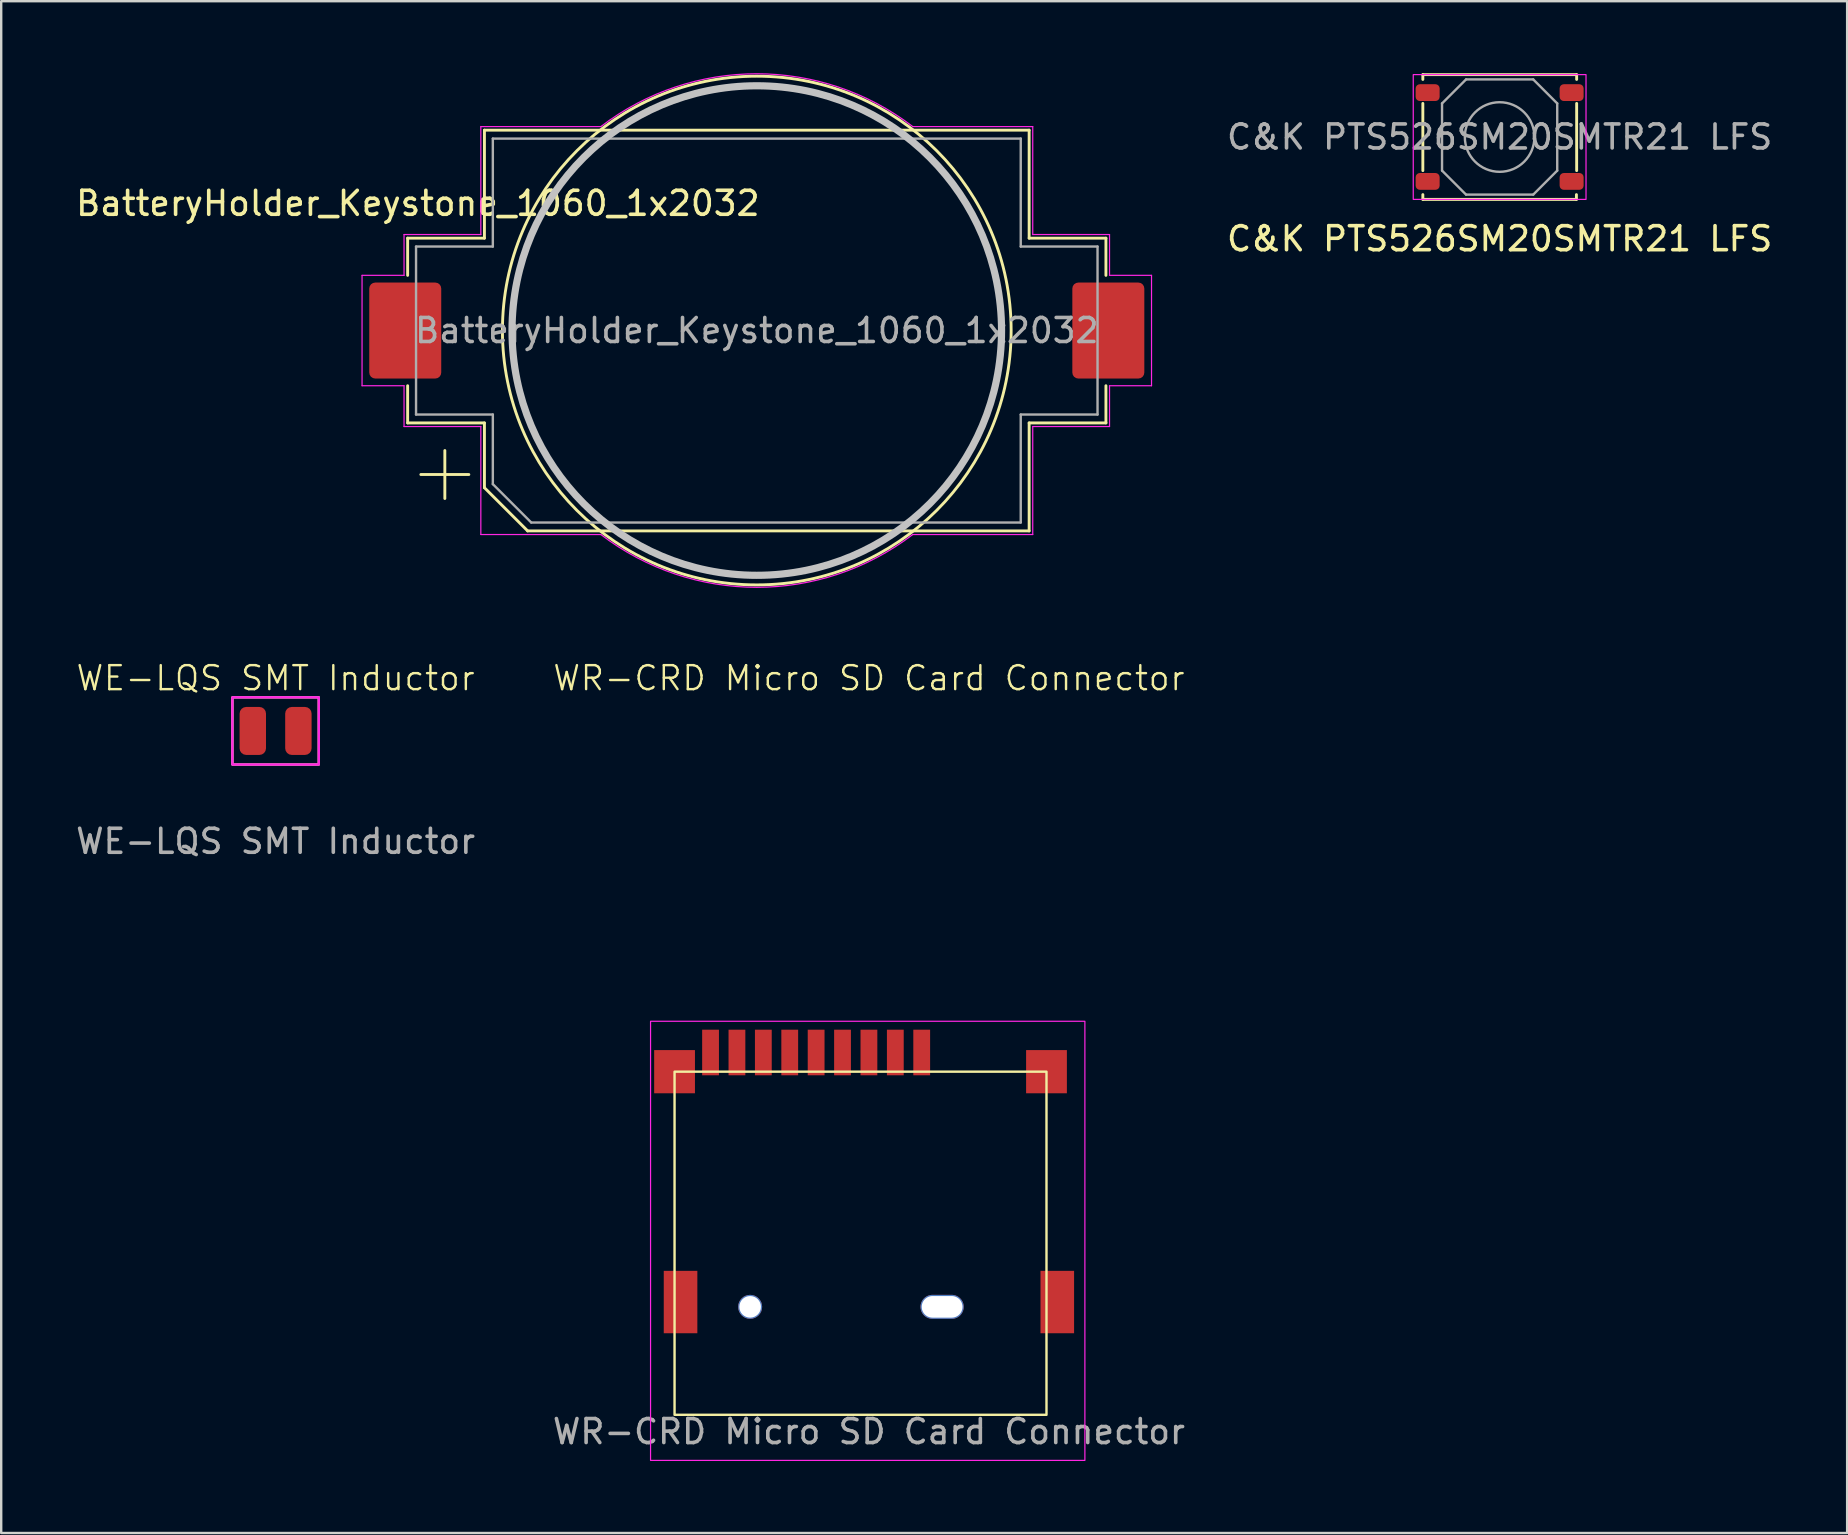
<source format=kicad_pcb>
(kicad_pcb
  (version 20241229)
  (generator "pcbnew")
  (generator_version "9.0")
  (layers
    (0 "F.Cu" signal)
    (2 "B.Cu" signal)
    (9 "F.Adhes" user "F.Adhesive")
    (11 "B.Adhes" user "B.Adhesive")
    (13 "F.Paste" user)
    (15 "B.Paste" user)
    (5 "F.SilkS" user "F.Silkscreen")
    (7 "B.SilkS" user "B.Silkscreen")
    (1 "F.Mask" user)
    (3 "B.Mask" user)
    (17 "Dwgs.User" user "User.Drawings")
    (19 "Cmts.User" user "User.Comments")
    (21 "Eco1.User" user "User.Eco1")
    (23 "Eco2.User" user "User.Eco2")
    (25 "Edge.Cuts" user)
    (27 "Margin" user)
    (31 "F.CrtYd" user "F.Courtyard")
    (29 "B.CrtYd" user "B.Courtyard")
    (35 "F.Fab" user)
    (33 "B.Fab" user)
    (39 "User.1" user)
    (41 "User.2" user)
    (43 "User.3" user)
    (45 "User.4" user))
  (footprint "WE-LQS SMT Inductor"
    (layer "F.Cu")
    (at 8.435 27.411)
    (property "Reference" "WE-LQS SMT Inductor" (at 0 -2.2 0) (unlocked yes) (layer "F.SilkS") (effects (font (size 1 1) (thickness 0.1))))
    (attr smd)
    (fp_rect (start -1.8 -1.4) (end 1.8 1.4) (stroke (width 0.1) (type default)) (fill no) (layer "F.SilkS"))
    (fp_rect (start -1.8 -1.4) (end 1.8 1.4) (stroke (width 0.1) (type default)) (fill no) (layer "F.CrtYd"))
    (fp_text user "${REFERENCE}" (at 0 4.6 0) (unlocked yes) (layer "F.Fab") (effects (font (size 1 1) (thickness 0.15))))
    (pad "1" smd roundrect (at -0.95 0) (size 1.1 2) (layers "F.Cu" "F.Mask" "F.Paste") (roundrect_rratio 0.25))
    (pad "2" smd roundrect (at 0.95 0) (size 1.1 2) (layers "F.Cu" "F.Mask" "F.Paste") (roundrect_rratio 0.25)))
  (footprint "BatteryHolder_Keystone_1060_1x2032"
    (layer "F.Cu")
    (at 28.488 10.725)
    (property "Reference" "BatteryHolder_Keystone_1060_1x2032" (at -14.125 -5.3 0) (layer "F.SilkS") (effects (font (size 1 1) (thickness 0.15))))
    (attr smd)
    (fp_line (start -14.55 -3.85) (end -14.55 -2.3) (stroke (width 0.12) (type solid)) (layer "F.SilkS"))
    (fp_line (start -14.55 3.85) (end -14.55 2.3) (stroke (width 0.12) (type solid)) (layer "F.SilkS"))
    (fp_line (start -13 5) (end -13 7) (stroke (width 0.12) (type solid)) (layer "F.SilkS"))
    (fp_line (start -12 6) (end -14 6) (stroke (width 0.12) (type solid)) (layer "F.SilkS"))
    (fp_line (start -11.35 -8.35) (end -11.35 -3.85) (stroke (width 0.12) (type solid)) (layer "F.SilkS"))
    (fp_line (start -11.35 -8.35) (end 11.35 -8.35) (stroke (width 0.12) (type solid)) (layer "F.SilkS"))
    (fp_line (start -11.35 -3.85) (end -14.55 -3.85) (stroke (width 0.12) (type solid)) (layer "F.SilkS"))
    (fp_line (start -11.35 3.85) (end -14.55 3.85) (stroke (width 0.12) (type solid)) (layer "F.SilkS"))
    (fp_line (start -11.35 6.55) (end -11.35 3.85) (stroke (width 0.12) (type solid)) (layer "F.SilkS"))
    (fp_line (start -9.55 8.35) (end -11.35 6.55) (stroke (width 0.12) (type solid)) (layer "F.SilkS"))
    (fp_line (start 11.35 -8.35) (end 11.35 -3.85) (stroke (width 0.12) (type solid)) (layer "F.SilkS"))
    (fp_line (start 11.35 -3.85) (end 14.55 -3.85) (stroke (width 0.12) (type solid)) (layer "F.SilkS"))
    (fp_line (start 11.35 3.85) (end 14.55 3.85) (stroke (width 0.12) (type solid)) (layer "F.SilkS"))
    (fp_line (start 11.35 8.35) (end -9.55 8.35) (stroke (width 0.12) (type solid)) (layer "F.SilkS"))
    (fp_line (start 11.35 8.35) (end 11.35 3.85) (stroke (width 0.12) (type solid)) (layer "F.SilkS"))
    (fp_line (start 14.55 -3.85) (end 14.55 -2.3) (stroke (width 0.12) (type solid)) (layer "F.SilkS"))
    (fp_line (start 14.55 3.85) (end 14.55 2.3) (stroke (width 0.12) (type solid)) (layer "F.SilkS"))
    (fp_circle (center 0 0) (end 10.6 0) (stroke (width 0.12) (type default)) (fill no) (layer "F.SilkS"))
    (fp_circle (center 0 0) (end -10.2 0) (stroke (width 0.3) (type solid)) (fill no) (layer "Dwgs.User"))
    (fp_line (start -16.45 2.3) (end -16.45 -2.3) (stroke (width 0.05) (type solid)) (layer "F.CrtYd"))
    (fp_line (start -14.7 -4) (end -11.5 -4) (stroke (width 0.05) (type solid)) (layer "F.CrtYd"))
    (fp_line (start -14.7 -2.3) (end -16.45 -2.3) (stroke (width 0.05) (type solid)) (layer "F.CrtYd"))
    (fp_line (start -14.7 -2.3) (end -14.7 -4) (stroke (width 0.05) (type solid)) (layer "F.CrtYd"))
    (fp_line (start -14.7 2.3) (end -16.45 2.3) (stroke (width 0.05) (type solid)) (layer "F.CrtYd"))
    (fp_line (start -14.7 4) (end -14.7 2.3) (stroke (width 0.05) (type solid)) (layer "F.CrtYd"))
    (fp_line (start -14.7 4) (end -11.5 4) (stroke (width 0.05) (type solid)) (layer "F.CrtYd"))
    (fp_line (start -11.5 -8.5) (end -6.5 -8.5) (stroke (width 0.05) (type solid)) (layer "F.CrtYd"))
    (fp_line (start -11.5 -4) (end -11.5 -8.5) (stroke (width 0.05) (type solid)) (layer "F.CrtYd"))
    (fp_line (start -11.5 4) (end -11.5 8.5) (stroke (width 0.05) (type solid)) (layer "F.CrtYd"))
    (fp_line (start -6.5 8.5) (end -11.5 8.5) (stroke (width 0.05) (type solid)) (layer "F.CrtYd"))
    (fp_line (start 11.5 -8.5) (end 6.5 -8.5) (stroke (width 0.05) (type solid)) (layer "F.CrtYd"))
    (fp_line (start 11.5 -8.5) (end 11.5 -4) (stroke (width 0.05) (type solid)) (layer "F.CrtYd"))
    (fp_line (start 11.5 -4) (end 14.7 -4) (stroke (width 0.05) (type solid)) (layer "F.CrtYd"))
    (fp_line (start 11.5 4) (end 11.5 8.5) (stroke (width 0.05) (type solid)) (layer "F.CrtYd"))
    (fp_line (start 11.5 8.5) (end 6.5 8.5) (stroke (width 0.05) (type solid)) (layer "F.CrtYd"))
    (fp_line (start 14.7 -4) (end 14.7 -2.3) (stroke (width 0.05) (type solid)) (layer "F.CrtYd"))
    (fp_line (start 14.7 -2.3) (end 16.45 -2.3) (stroke (width 0.05) (type solid)) (layer "F.CrtYd"))
    (fp_line (start 14.7 2.3) (end 14.7 4) (stroke (width 0.05) (type solid)) (layer "F.CrtYd"))
    (fp_line (start 14.7 4) (end 11.5 4) (stroke (width 0.05) (type solid)) (layer "F.CrtYd"))
    (fp_line (start 16.45 -2.3) (end 16.45 2.3) (stroke (width 0.05) (type solid)) (layer "F.CrtYd"))
    (fp_line (start 16.45 2.3) (end 14.7 2.3) (stroke (width 0.05) (type solid)) (layer "F.CrtYd"))
    (fp_arc (start -6.499999 -8.5) (mid 0 -10.700467) (end 6.5 -8.5) (stroke (width 0.05) (type solid)) (layer "F.CrtYd"))
    (fp_arc (start 6.499999 8.5) (mid 0 10.700467) (end -6.5 8.5) (stroke (width 0.05) (type solid)) (layer "F.CrtYd"))
    (fp_line (start -14.2 -3.5) (end -11 -3.5) (stroke (width 0.1) (type solid)) (layer "F.Fab"))
    (fp_line (start -14.2 3.5) (end -14.2 -3.5) (stroke (width 0.1) (type solid)) (layer "F.Fab"))
    (fp_line (start -11 -8) (end -11 -3.5) (stroke (width 0.1) (type solid)) (layer "F.Fab"))
    (fp_line (start -11 3.5) (end -14.2 3.5) (stroke (width 0.1) (type solid)) (layer "F.Fab"))
    (fp_line (start -11 6.4) (end -11 3.5) (stroke (width 0.1) (type solid)) (layer "F.Fab"))
    (fp_line (start -9.4 8) (end -11 6.4) (stroke (width 0.1) (type solid)) (layer "F.Fab"))
    (fp_line (start 11 -8) (end -11 -8) (stroke (width 0.1) (type solid)) (layer "F.Fab"))
    (fp_line (start 11 -8) (end 11 -3.5) (stroke (width 0.1) (type solid)) (layer "F.Fab"))
    (fp_line (start 11 3.5) (end 14.2 3.5) (stroke (width 0.1) (type solid)) (layer "F.Fab"))
    (fp_line (start 11 8) (end -9.4 8) (stroke (width 0.1) (type solid)) (layer "F.Fab"))
    (fp_line (start 11 8) (end 11 3.5) (stroke (width 0.1) (type solid)) (layer "F.Fab"))
    (fp_line (start 14.2 -3.5) (end 11 -3.5) (stroke (width 0.1) (type solid)) (layer "F.Fab"))
    (fp_line (start 14.2 3.5) (end 14.2 -3.5) (stroke (width 0.1) (type solid)) (layer "F.Fab"))
    (fp_text user "${REFERENCE}" (at 0 0 0) (layer "F.Fab") (effects (font (size 1 1) (thickness 0.15))))
    (pad "1" smd roundrect (at -14.65 0 180) (size 3 4) (layers "F.Cu" "F.Mask" "F.Paste") (roundrect_rratio 0.083))
    (pad "2" smd roundrect (at 14.65 0 180) (size 3 4) (layers "F.Cu" "F.Mask" "F.Paste") (roundrect_rratio 0.083)))
  (footprint "C&K PTS526SM20SMTR21 LFS"
    (layer "F.Cu")
    (at 59.445 2.66)
    (property "Reference" "C&K PTS526SM20SMTR21 LFS" (at 0 4.24 0) (layer "F.SilkS") (effects (font (size 1 1) (thickness 0.15))))
    (attr smd)
    (fp_line (start -3.2 -2.6) (end -3.2 -2.4) (stroke (width 0.12) (type solid)) (layer "F.SilkS"))
    (fp_line (start -3.2 -1.4) (end -3.2 1.4) (stroke (width 0.12) (type solid)) (layer "F.SilkS"))
    (fp_line (start -3.2 2.4) (end -3.2 2.6) (stroke (width 0.12) (type solid)) (layer "F.SilkS"))
    (fp_line (start -3.2 2.6) (end 3.2 2.6) (stroke (width 0.12) (type solid)) (layer "F.SilkS"))
    (fp_line (start 3.2 -2.6) (end -3.2 -2.6) (stroke (width 0.12) (type default)) (layer "F.SilkS"))
    (fp_line (start 3.2 2.6) (end 3.2 2.4) (stroke (width 0.12) (type solid)) (layer "F.SilkS"))
    (fp_line (start 3.21 -2.4) (end 3.21 -2.6) (stroke (width 0.12) (type solid)) (layer "F.SilkS"))
    (fp_line (start 3.21 1.4) (end 3.21 -1.4) (stroke (width 0.12) (type solid)) (layer "F.SilkS"))
    (fp_rect (start -3.6 -2.6) (end 3.6 2.6) (stroke (width 0.05) (type default)) (fill no) (layer "F.CrtYd"))
    (fp_line (start -2.4 -1.4) (end -1.4 -2.4) (stroke (width 0.1) (type default)) (layer "F.Fab"))
    (fp_line (start -2.4 1.4) (end -2.4 -1.4) (stroke (width 0.1) (type default)) (layer "F.Fab"))
    (fp_line (start -1.4 -2.4) (end 1.4 -2.4) (stroke (width 0.1) (type default)) (layer "F.Fab"))
    (fp_line (start -1.4 2.4) (end -2.4 1.4) (stroke (width 0.1) (type default)) (layer "F.Fab"))
    (fp_line (start 1.4 -2.4) (end 2.4 -1.4) (stroke (width 0.1) (type default)) (layer "F.Fab"))
    (fp_line (start 1.4 2.4) (end -1.4 2.4) (stroke (width 0.1) (type default)) (layer "F.Fab"))
    (fp_line (start 2.4 -1.4) (end 2.4 1.4) (stroke (width 0.1) (type default)) (layer "F.Fab"))
    (fp_line (start 2.4 1.4) (end 1.4 2.4) (stroke (width 0.1) (type default)) (layer "F.Fab"))
    (fp_circle (center 0 0) (end 1.45 0) (stroke (width 0.1) (type solid)) (fill no) (layer "F.Fab"))
    (fp_text user "${REFERENCE}" (at 0 0 0) (layer "F.Fab") (effects (font (size 1 1) (thickness 0.15))))
    (pad "1" smd roundrect (at -3 -1.85) (size 1 0.7) (layers "F.Cu" "F.Mask" "F.Paste") (roundrect_rratio 0.25))
    (pad "1" smd roundrect (at 3 -1.85) (size 1 0.7) (layers "F.Cu" "F.Mask" "F.Paste") (roundrect_rratio 0.25))
    (pad "2" smd roundrect (at -3 1.85) (size 1 0.7) (layers "F.Cu" "F.Mask" "F.Paste") (roundrect_rratio 0.25))
    (pad "2" smd roundrect (at 3 1.85) (size 1 0.7) (layers "F.Cu" "F.Mask" "F.Paste") (roundrect_rratio 0.25)))
  (footprint "WR-CRD Micro SD Card Connector"
    (layer "F.Cu")
    (at 33.161 46.611)
    (property "Reference" "WR-CRD Micro SD Card Connector" (at 0 -21.4 0) (unlocked yes) (layer "F.SilkS") (effects (font (size 1 1) (thickness 0.1))))
    (attr smd)
    (fp_rect (start -8.1 -5) (end 7.4 9.3) (stroke (width 0.1) (type default)) (fill no) (layer "F.SilkS"))
    (fp_rect (start -9.1 -7.1) (end 9 11.2) (stroke (width 0.05) (type default)) (fill no) (layer "F.CrtYd"))
    (fp_text user "${REFERENCE}" (at 0 10 0) (unlocked yes) (layer "F.Fab") (effects (font (size 1 1) (thickness 0.15))))
    (pad "" np_thru_hole circle (at -4.95 4.8) (size 1 1) (drill 0.9) (layers "*.Cu" "*.Mask"))
    (pad "" np_thru_hole oval (at 3.05 4.8 270) (size 1 1.8) (drill oval 0.9 1.7) (layers "*.Cu" "*.Mask"))
    (pad "1" smd rect (at 2.2 -5.8) (size 0.7 1.9) (layers "F.Cu" "F.Mask" "F.Paste"))
    (pad "2" smd rect (at 1.1 -5.8) (size 0.7 1.9) (layers "F.Cu" "F.Mask" "F.Paste"))
    (pad "3" smd rect (at 0 -5.8) (size 0.7 1.9) (layers "F.Cu" "F.Mask" "F.Paste"))
    (pad "4" smd rect (at -1.1 -5.8) (size 0.7 1.9) (layers "F.Cu" "F.Mask" "F.Paste"))
    (pad "5" smd rect (at -2.2 -5.8) (size 0.7 1.9) (layers "F.Cu" "F.Mask" "F.Paste"))
    (pad "6" smd rect (at -3.3 -5.8) (size 0.7 1.9) (layers "F.Cu" "F.Mask" "F.Paste"))
    (pad "7" smd rect (at -4.4 -5.8) (size 0.7 1.9) (layers "F.Cu" "F.Mask" "F.Paste"))
    (pad "8" smd rect (at -5.5 -5.8) (size 0.7 1.9) (layers "F.Cu" "F.Mask" "F.Paste"))
    (pad "9" smd rect (at -6.6 -5.8) (size 0.7 1.9) (layers "F.Cu" "F.Mask" "F.Paste"))
    (pad "10" smd rect (at -8.1 -5) (size 1.7 1.8) (layers "F.Cu" "F.Mask" "F.Paste"))
    (pad "11" smd rect (at 7.4 -5) (size 1.7 1.8) (layers "F.Cu" "F.Mask" "F.Paste"))
    (pad "12" smd rect (at -7.85 4.6) (size 1.4 2.6) (layers "F.Cu" "F.Mask" "F.Paste"))
    (pad "13" smd rect (at 7.85 4.6) (size 1.4 2.6) (layers "F.Cu" "F.Mask" "F.Paste")))
  (gr_rect
    (start -3 -3)
    (end 73.927 60.836)
    (stroke (width 0.1) (type default))
    (fill no)
    (layer "Edge.Cuts")))
</source>
